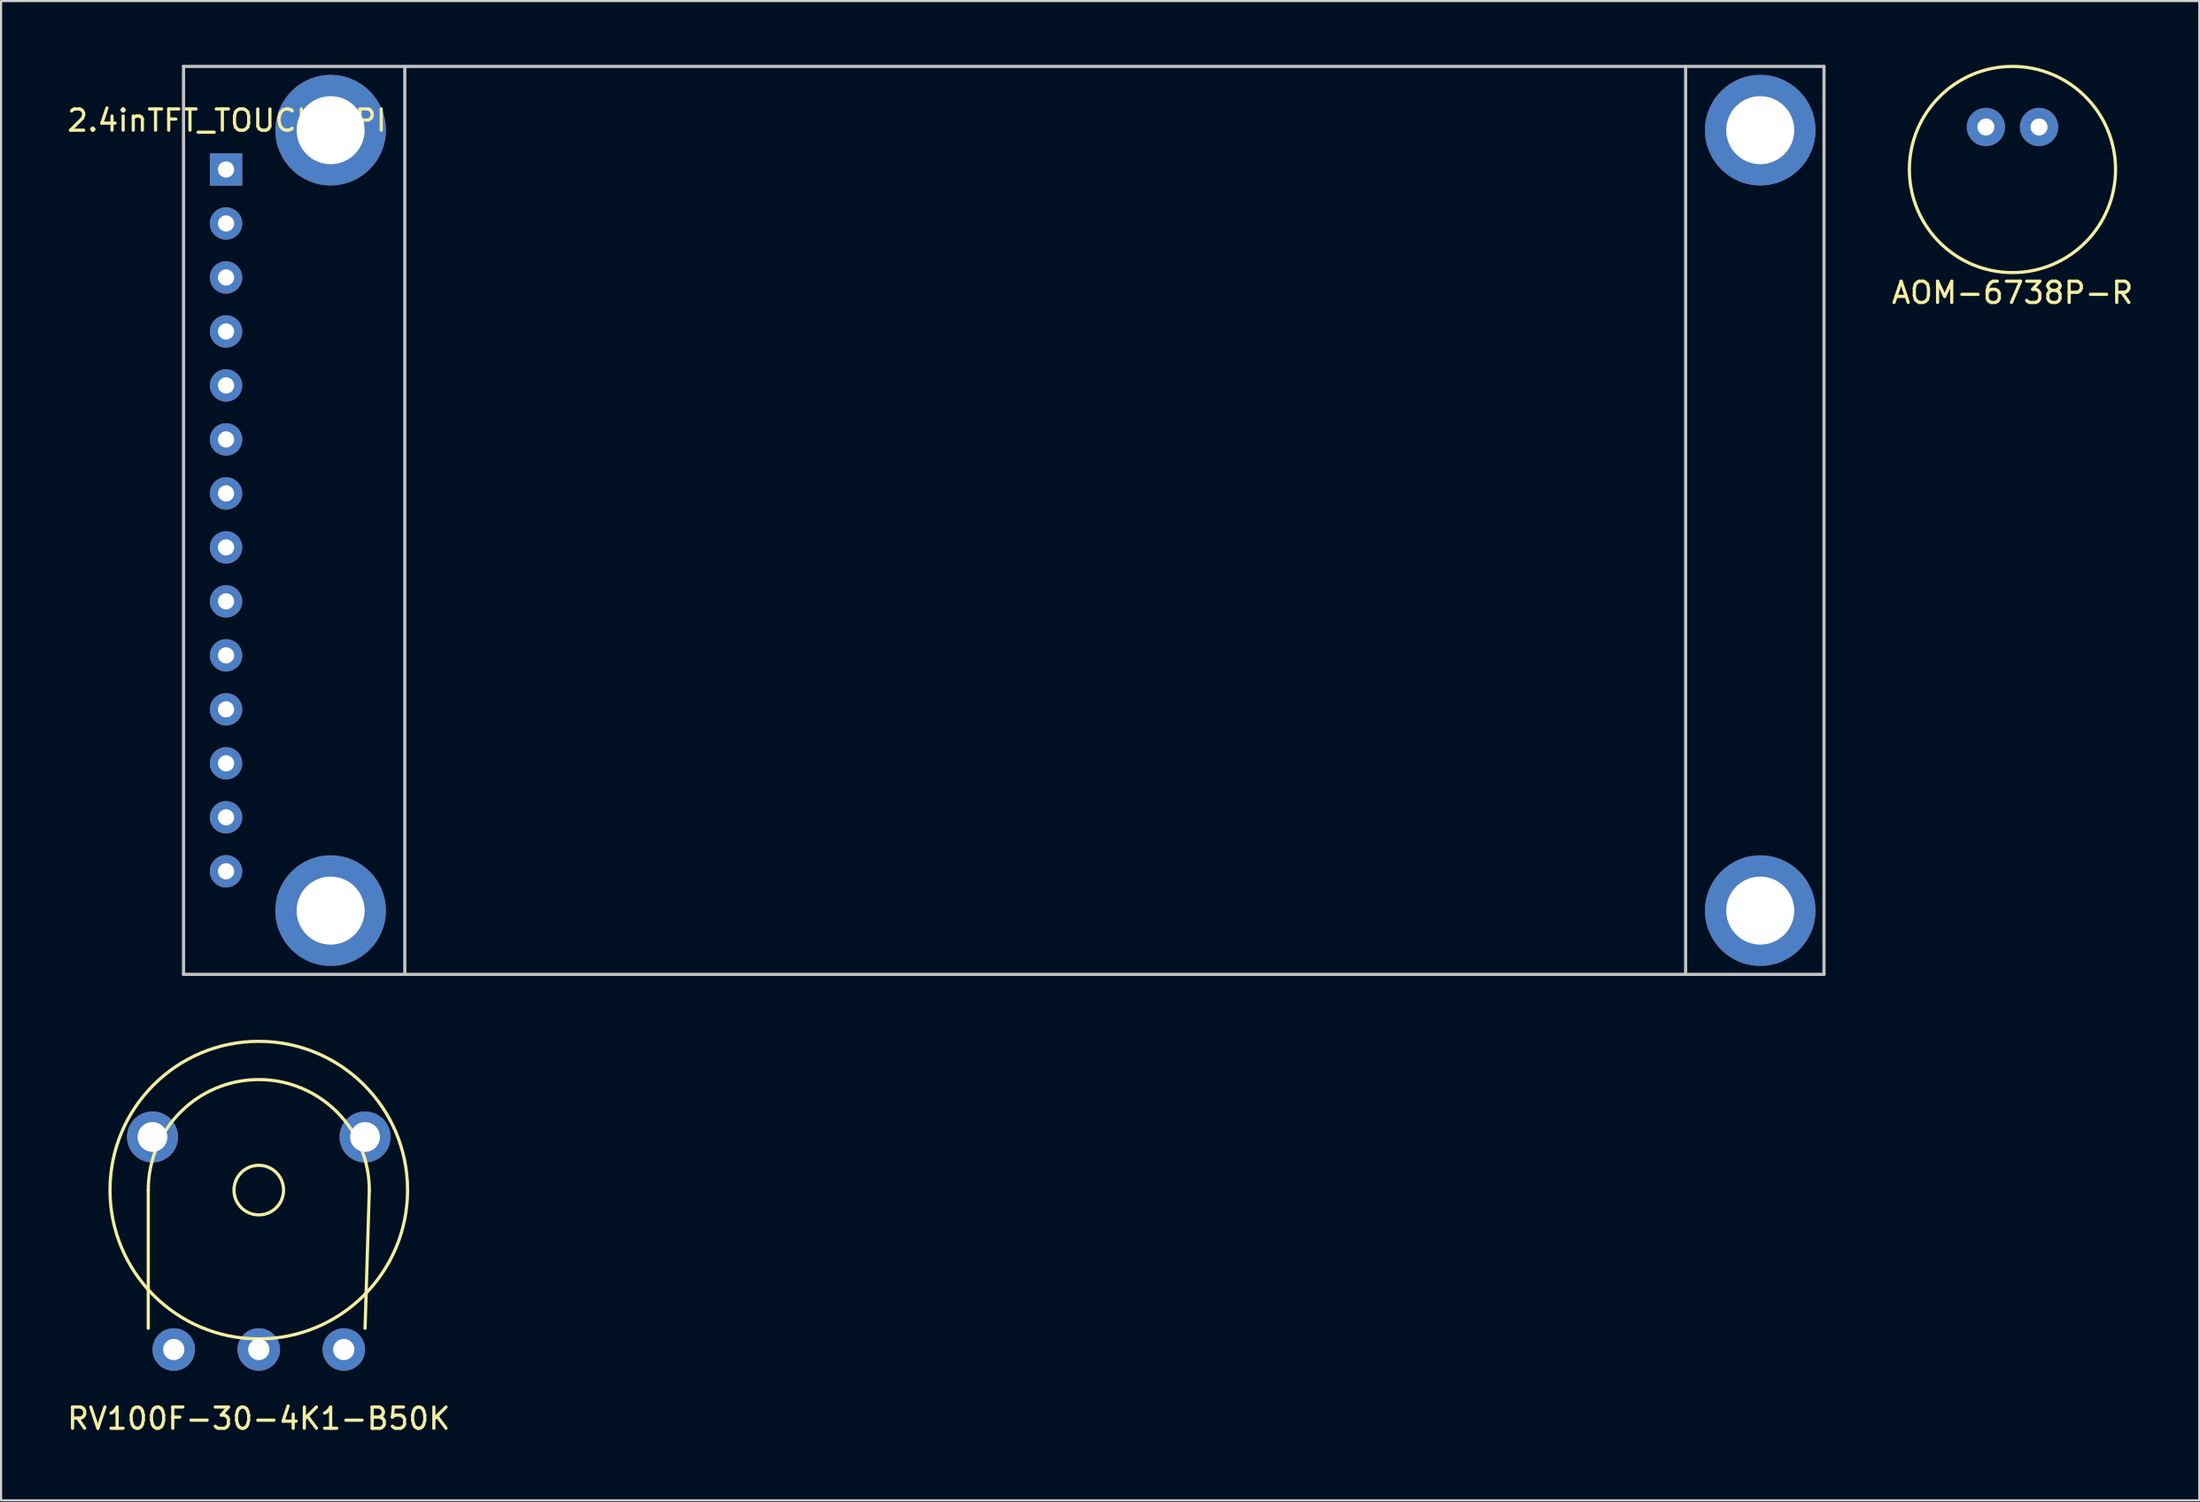
<source format=kicad_pcb>
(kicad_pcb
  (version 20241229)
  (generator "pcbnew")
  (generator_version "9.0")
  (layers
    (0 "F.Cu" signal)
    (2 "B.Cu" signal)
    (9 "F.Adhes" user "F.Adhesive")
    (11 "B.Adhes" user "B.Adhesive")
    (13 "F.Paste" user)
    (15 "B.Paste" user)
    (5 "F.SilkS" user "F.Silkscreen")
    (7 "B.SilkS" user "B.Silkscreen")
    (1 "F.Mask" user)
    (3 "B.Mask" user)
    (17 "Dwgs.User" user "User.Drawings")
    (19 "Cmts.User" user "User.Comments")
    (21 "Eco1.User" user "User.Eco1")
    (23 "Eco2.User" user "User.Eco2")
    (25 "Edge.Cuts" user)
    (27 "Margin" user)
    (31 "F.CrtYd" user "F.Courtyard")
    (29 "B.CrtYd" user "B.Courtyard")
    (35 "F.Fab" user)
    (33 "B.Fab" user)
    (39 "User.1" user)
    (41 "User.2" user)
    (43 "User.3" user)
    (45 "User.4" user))
  (footprint "AOM-6738P-R"
    (layer "F.Cu")
    (at 91.632 4.925)
    (property "Reference" "AOM-6738P-R" (at 0 5.8 0) (layer "F.SilkS") (effects (font (size 1 1) (thickness 0.15))))
    (attr through_hole)
    (fp_circle (center 0 0) (end 4.85 0) (stroke (width 0.15) (type solid)) (fill no) (layer "F.SilkS"))
    (pad "1" thru_hole circle (at 1.25 -2) (size 1.8 1.8) (drill 0.8) (layers "*.Cu" "*.Mask"))
    (pad "2" thru_hole circle (at -1.25 -2) (size 1.8 1.8) (drill 0.8) (layers "*.Cu" "*.Mask")))
  (footprint "2.4inTFT_TOUCH_SPI"
    (layer "F.Cu")
    (at 44.175 21.435)
    (property "Reference" "2.4inTFT_TOUCH_SPI" (at -36.55 -18.815 0) (layer "F.SilkS") (effects (font (size 1 1) (thickness 0.15))))
    (attr through_hole)
    (fp_line (start -38.59 -21.36) (end 38.59 -21.36) (stroke (width 0.15) (type solid)) (layer "Dwgs.User"))
    (fp_line (start -38.59 21.36) (end -38.59 -21.36) (stroke (width 0.15) (type solid)) (layer "Dwgs.User"))
    (fp_line (start -28.18 -21.36) (end -28.18 21.36) (stroke (width 0.15) (type solid)) (layer "Dwgs.User"))
    (fp_line (start 32.08 -21.36) (end 32.08 21.36) (stroke (width 0.15) (type solid)) (layer "Dwgs.User"))
    (fp_line (start 38.59 -21.36) (end 38.59 21.36) (stroke (width 0.15) (type solid)) (layer "Dwgs.User"))
    (fp_line (start 38.59 21.36) (end -38.59 21.36) (stroke (width 0.15) (type solid)) (layer "Dwgs.User"))
    (pad "" thru_hole circle (at -31.67 -18.36) (size 5.2 5.2) (drill 3.2) (layers "*.Cu" "*.Mask"))
    (pad "" thru_hole circle (at -31.67 18.36) (size 5.2 5.2) (drill 3.2) (layers "*.Cu" "*.Mask"))
    (pad "" thru_hole circle (at 35.59 -18.36) (size 5.2 5.2) (drill 3.2) (layers "*.Cu" "*.Mask"))
    (pad "" thru_hole circle (at 35.59 18.36) (size 5.2 5.2) (drill 3.2) (layers "*.Cu" "*.Mask"))
    (pad "1" thru_hole rect (at -36.59 -16.51) (size 1.524 1.524) (drill 0.762) (layers "*.Cu" "*.Mask"))
    (pad "2" thru_hole circle (at -36.59 -13.97) (size 1.524 1.524) (drill 0.762) (layers "*.Cu" "*.Mask"))
    (pad "3" thru_hole circle (at -36.59 -11.43) (size 1.524 1.524) (drill 0.762) (layers "*.Cu" "*.Mask"))
    (pad "4" thru_hole circle (at -36.59 -8.89) (size 1.524 1.524) (drill 0.762) (layers "*.Cu" "*.Mask"))
    (pad "5" thru_hole circle (at -36.59 -6.35) (size 1.524 1.524) (drill 0.762) (layers "*.Cu" "*.Mask"))
    (pad "6" thru_hole circle (at -36.59 -3.81) (size 1.524 1.524) (drill 0.762) (layers "*.Cu" "*.Mask"))
    (pad "7" thru_hole circle (at -36.59 -1.27) (size 1.524 1.524) (drill 0.762) (layers "*.Cu" "*.Mask"))
    (pad "8" thru_hole circle (at -36.59 1.27) (size 1.524 1.524) (drill 0.762) (layers "*.Cu" "*.Mask"))
    (pad "9" thru_hole circle (at -36.59 3.81) (size 1.524 1.524) (drill 0.762) (layers "*.Cu" "*.Mask"))
    (pad "10" thru_hole circle (at -36.59 6.35) (size 1.524 1.524) (drill 0.762) (layers "*.Cu" "*.Mask"))
    (pad "11" thru_hole circle (at -36.59 8.89) (size 1.524 1.524) (drill 0.762) (layers "*.Cu" "*.Mask"))
    (pad "12" thru_hole circle (at -36.59 11.43) (size 1.524 1.524) (drill 0.762) (layers "*.Cu" "*.Mask"))
    (pad "13" thru_hole circle (at -36.59 13.97) (size 1.524 1.524) (drill 0.762) (layers "*.Cu" "*.Mask"))
    (pad "14" thru_hole circle (at -36.59 16.51) (size 1.524 1.524) (drill 0.762) (layers "*.Cu" "*.Mask")))
  (footprint "RV100F-30-4K1-B50K"
    (layer "F.Cu")
    (at 9.125 52.945)
    (property "Reference" "RV100F-30-4K1-B50K" (at 0 10.75 0) (layer "F.SilkS") (effects (font (size 1 1) (thickness 0.15))))
    (attr through_hole)
    (fp_line (start -5.2 0) (end -5.2 6.5) (stroke (width 0.15) (type solid)) (layer "F.SilkS"))
    (fp_line (start 5.2 0) (end 5 6.5) (stroke (width 0.15) (type solid)) (layer "F.SilkS"))
    (fp_arc (start -5.2 0) (mid 0 -5.2) (end 5.2 0) (stroke (width 0.15) (type solid)) (layer "F.SilkS"))
    (fp_circle (center 0 0) (end 1 0.6) (stroke (width 0.15) (type solid)) (fill no) (layer "F.SilkS"))
    (fp_circle (center 0 0) (end 7 0) (stroke (width 0.15) (type solid)) (fill no) (layer "F.SilkS"))
    (pad "" thru_hole circle (at -5 -2.5) (size 2.4 2.4) (drill 1.4) (layers "*.Cu" "*.Mask"))
    (pad "" thru_hole circle (at 5 -2.5) (size 2.4 2.4) (drill 1.4) (layers "*.Cu" "*.Mask"))
    (pad "1" thru_hole circle (at -4 7.5) (size 2 2) (drill 1) (layers "*.Cu" "*.Mask"))
    (pad "2" thru_hole circle (at 0 7.5) (size 2 2) (drill 1) (layers "*.Cu" "*.Mask"))
    (pad "3" thru_hole circle (at 4 7.5) (size 2 2) (drill 1) (layers "*.Cu" "*.Mask")))
  (gr_rect
    (start -3 -3)
    (end 100.423 67.543)
    (stroke (width 0.1) (type default))
    (fill no)
    (layer "Edge.Cuts")))
</source>
